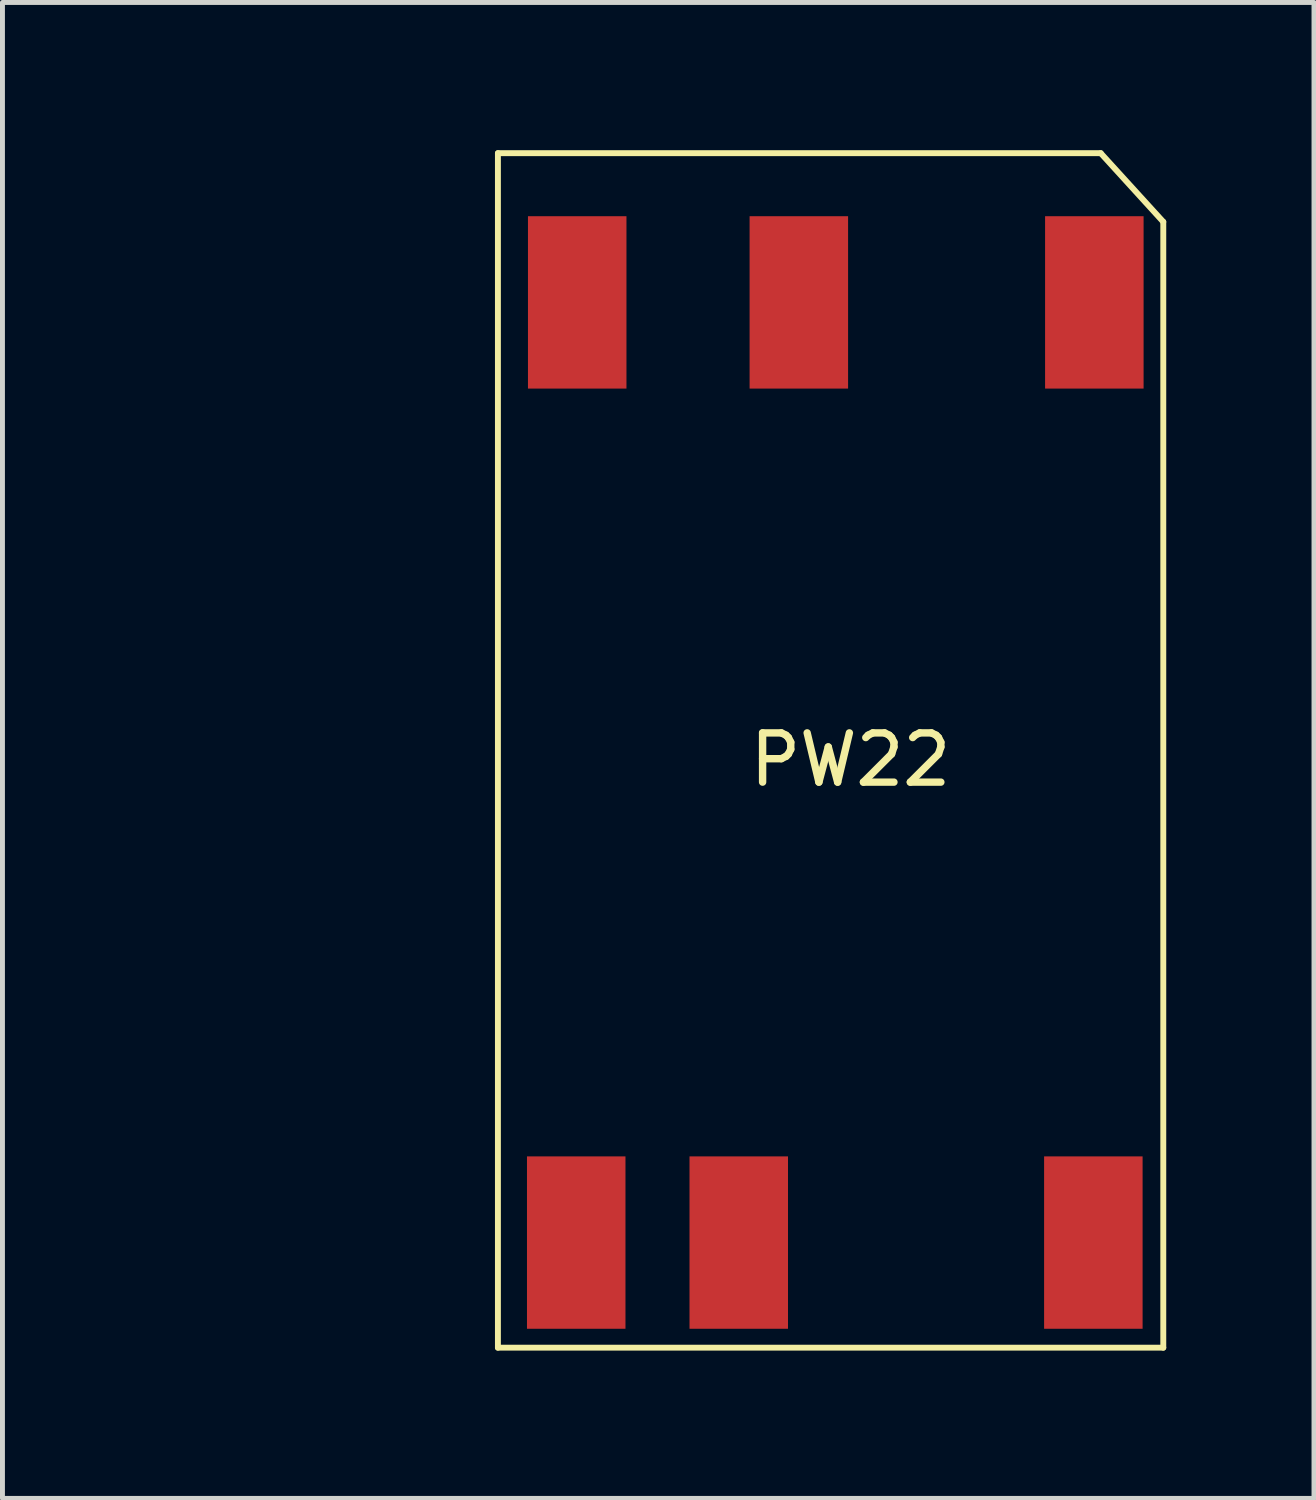
<source format=kicad_pcb>
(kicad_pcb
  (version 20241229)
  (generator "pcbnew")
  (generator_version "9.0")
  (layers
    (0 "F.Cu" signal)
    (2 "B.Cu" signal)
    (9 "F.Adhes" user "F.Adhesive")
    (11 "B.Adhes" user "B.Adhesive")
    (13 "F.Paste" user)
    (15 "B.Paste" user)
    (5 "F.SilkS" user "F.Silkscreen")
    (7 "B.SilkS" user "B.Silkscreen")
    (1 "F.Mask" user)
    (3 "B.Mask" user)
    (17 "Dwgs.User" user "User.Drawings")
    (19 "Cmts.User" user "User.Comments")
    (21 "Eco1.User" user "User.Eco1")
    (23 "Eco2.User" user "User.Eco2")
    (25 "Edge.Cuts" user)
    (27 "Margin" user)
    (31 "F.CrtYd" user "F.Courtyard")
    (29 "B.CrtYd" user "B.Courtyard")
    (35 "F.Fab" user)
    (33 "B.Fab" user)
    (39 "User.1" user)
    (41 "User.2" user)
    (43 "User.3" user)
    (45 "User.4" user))
  (footprint "PW22"
    (layer "F.Cu")
    (at 0.25 24.06)
    (property "Reference" "PW22" (at 13.97 -11.684 0) (layer "F.SilkS") (effects (font (size 1 1) (thickness 0.15))))
    (attr through_hole)
    (fp_line (start 6.81 -24) (end 19.05 -24) (stroke (width 0.12) (type solid)) (layer "F.SilkS"))
    (fp_line (start 6.81 0.254) (end 6.81 -24) (stroke (width 0.12) (type solid)) (layer "F.SilkS"))
    (fp_line (start 19.05 -24) (end 20.32 -22.606) (stroke (width 0.12) (type solid)) (layer "F.SilkS"))
    (fp_line (start 20.32 -22.606) (end 20.32 0.254) (stroke (width 0.12) (type solid)) (layer "F.SilkS"))
    (fp_line (start 20.32 0.254) (end 6.81 0.254) (stroke (width 0.12) (type solid)) (layer "F.SilkS"))
    (pad "1" smd rect (at 18.92 -20.97) (size 2 3.5) (layers "F.Cu" "F.Mask" "F.Paste"))
    (pad "2" smd rect (at 12.92 -20.97) (size 2 3.5) (layers "F.Cu" "F.Mask" "F.Paste"))
    (pad "3" smd rect (at 8.42 -20.97) (size 2 3.5) (layers "F.Cu" "F.Mask" "F.Paste"))
    (pad "4" smd rect (at 8.4 -1.88) (size 2 3.5) (layers "F.Cu" "F.Mask" "F.Paste"))
    (pad "5" smd rect (at 11.7 -1.88) (size 2 3.5) (layers "F.Cu" "F.Mask" "F.Paste"))
    (pad "7" smd rect (at 18.9 -1.88) (size 2 3.5) (layers "F.Cu" "F.Mask" "F.Paste")))
  (gr_rect
    (start -3 -3)
    (end 23.63 27.374)
    (stroke (width 0.1) (type default))
    (fill no)
    (layer "Edge.Cuts")))
</source>
